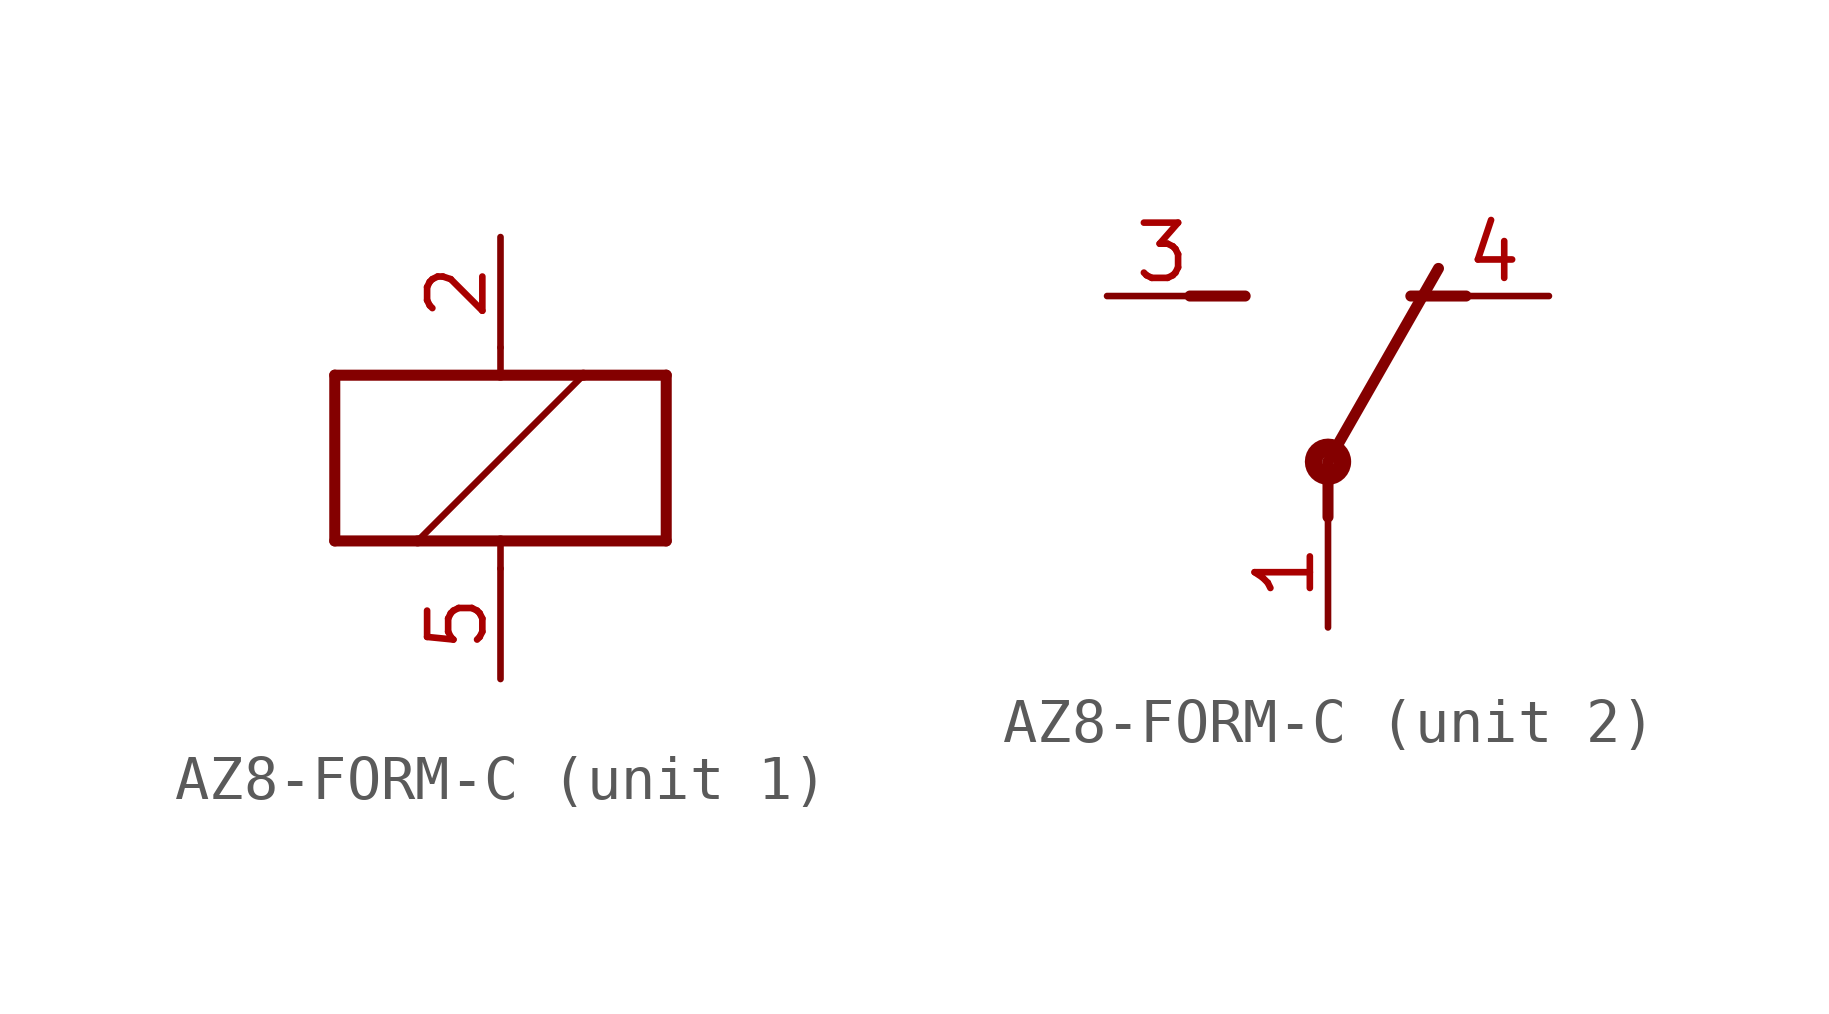
<source format=kicad_sym>
(kicad_symbol_lib
  (version 20220914)
  (generator kicad_symbol_editor)
  (symbol "AZ8-FORM-C"
    (property "Reference" "K"
      (at 2.54 0 0)
      (effects (font (size 1.778 1.511)) (justify left bottom) hide))
    (property "ki_locked" ""
      (at 0 0 0)
      (effects (font (size 1.27 1.27))))
    (symbol "AZ8-FORM-C_1_0"
      (polyline (pts (xy -3.81 -1.905) (xy -1.905 -1.905)) (stroke (width 0.254) (type solid)) (fill (type none)))
      (polyline (pts (xy -3.81 1.905) (xy -3.81 -1.905)) (stroke (width 0.254) (type solid)) (fill (type none)))
      (polyline (pts (xy -1.905 -1.905) (xy 0 -1.905)) (stroke (width 0.254) (type solid)) (fill (type none)))
      (polyline (pts (xy -1.905 -1.905) (xy 1.905 1.905)) (stroke (width 0.152) (type solid)) (fill (type none)))
      (polyline (pts (xy 0 -2.54) (xy 0 -1.905)) (stroke (width 0.152) (type solid)) (fill (type none)))
      (polyline (pts (xy 0 -1.905) (xy 3.81 -1.905)) (stroke (width 0.254) (type solid)) (fill (type none)))
      (polyline (pts (xy 0 1.905) (xy -3.81 1.905)) (stroke (width 0.254) (type solid)) (fill (type none)))
      (polyline (pts (xy 0 2.54) (xy 0 1.905)) (stroke (width 0.152) (type solid)) (fill (type none)))
      (polyline (pts (xy 1.905 1.905) (xy 0 1.905)) (stroke (width 0.254) (type solid)) (fill (type none)))
      (polyline (pts (xy 3.81 -1.905) (xy 3.81 1.905)) (stroke (width 0.254) (type solid)) (fill (type none)))
      (polyline (pts (xy 3.81 1.905) (xy 1.905 1.905)) (stroke (width 0.254) (type solid)) (fill (type none)))
      (pin passive line (at 0 5.08 270) (length 2.54) (name "1" (effects (font (size 0 0)))) (number "2" (effects (font (size 1.27 1.27)))))
      (pin passive line (at 0 -5.08 90) (length 2.54) (name "2" (effects (font (size 0 0)))) (number "5" (effects (font (size 1.27 1.27))))))
    (symbol "AZ8-FORM-C_2_0"
      (polyline (pts (xy -3.175 5.08) (xy -1.905 5.08)) (stroke (width 0.254) (type solid)) (fill (type none)))
      (polyline (pts (xy 0 1.27) (xy 0 0)) (stroke (width 0.254) (type solid)) (fill (type none)))
      (polyline (pts (xy 0 1.27) (xy 2.54 5.715)) (stroke (width 0.254) (type solid)) (fill (type none)))
      (polyline (pts (xy 3.175 5.08) (xy 1.905 5.08)) (stroke (width 0.254) (type solid)) (fill (type none)))
      (circle (center 0 1.27) (radius 0.127) (stroke (width 0.406) (type solid)) (fill (type none)))
      (pin passive line (at 0 -2.54 90) (length 2.54) (name "P" (effects (font (size 0 0)))) (number "1" (effects (font (size 1.27 1.27)))))
      (pin passive line (at -5.08 5.08 0) (length 2.54) (name "S" (effects (font (size 0 0)))) (number "3" (effects (font (size 1.27 1.27)))))
      (pin passive line (at 5.08 5.08 180) (length 2.54) (name "O" (effects (font (size 0 0)))) (number "4" (effects (font (size 1.27 1.27))))))))
</source>
